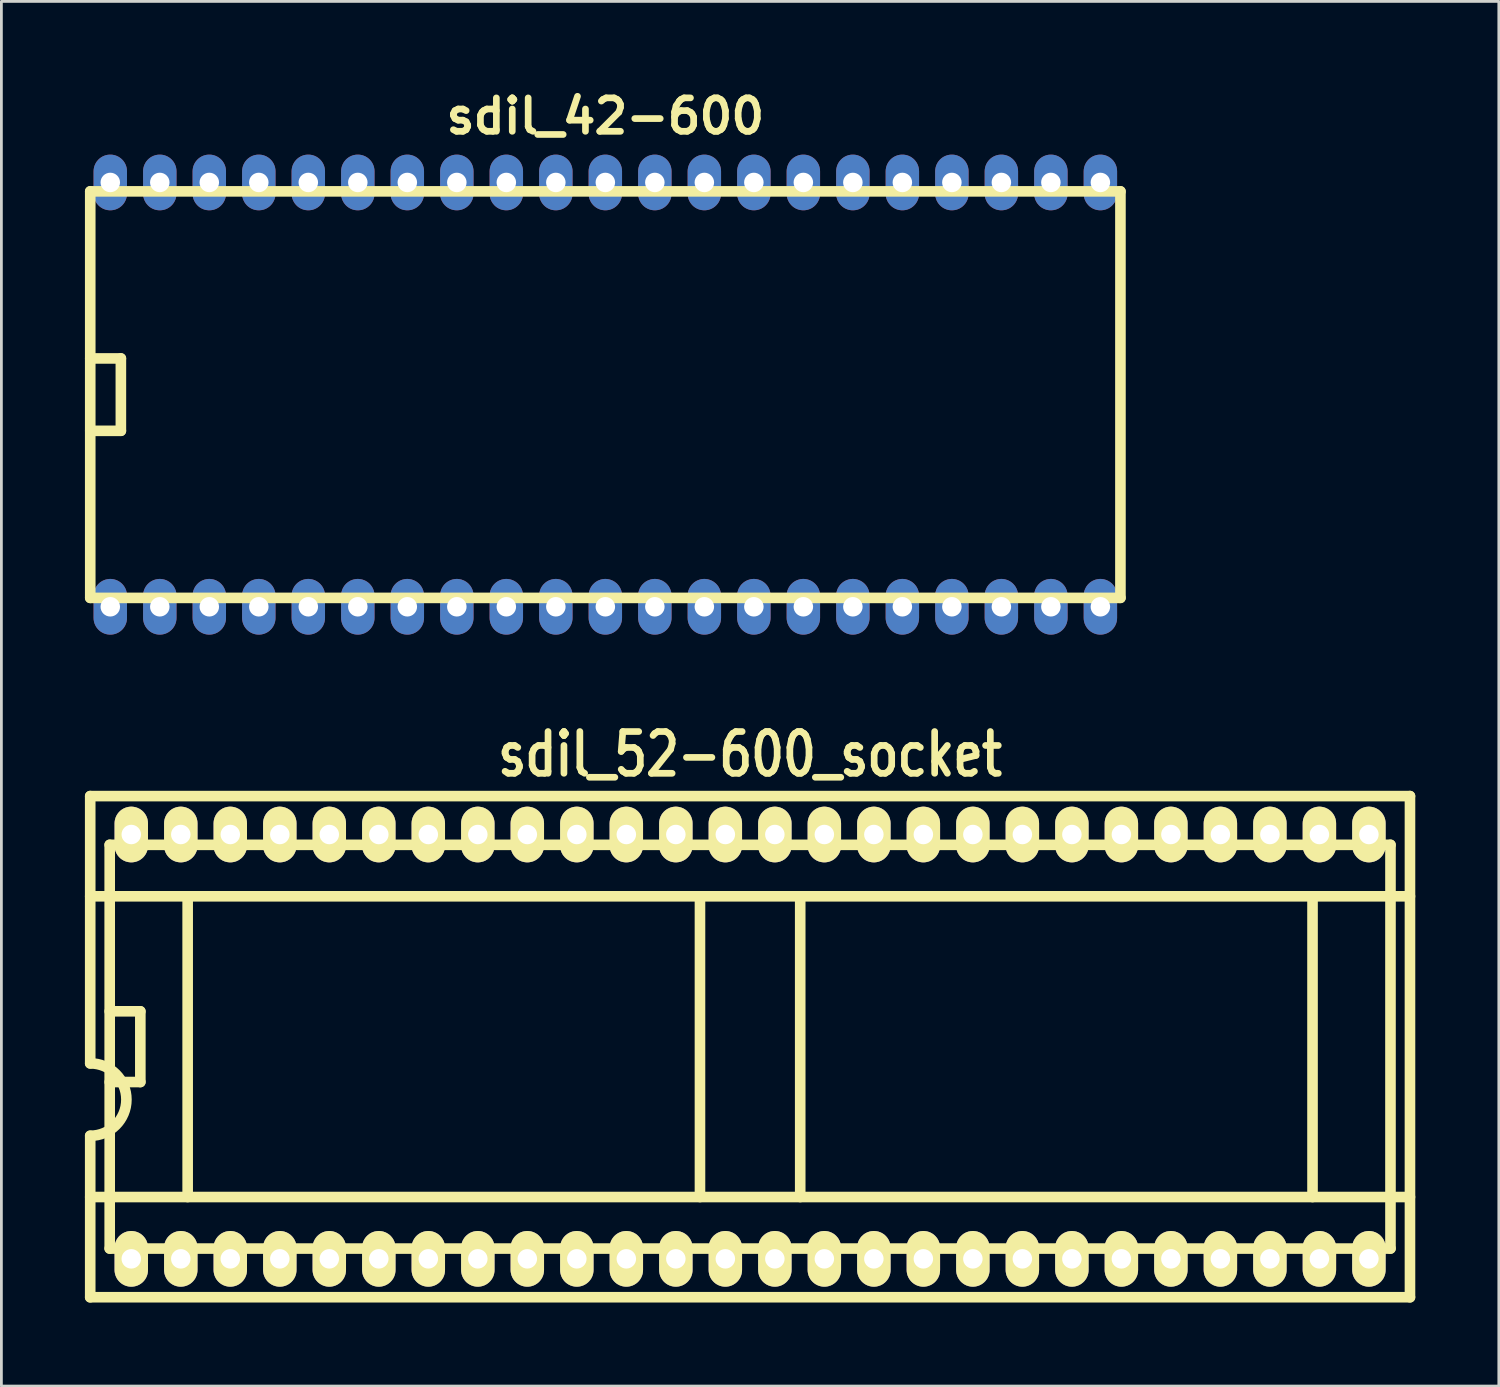
<source format=kicad_pcb>
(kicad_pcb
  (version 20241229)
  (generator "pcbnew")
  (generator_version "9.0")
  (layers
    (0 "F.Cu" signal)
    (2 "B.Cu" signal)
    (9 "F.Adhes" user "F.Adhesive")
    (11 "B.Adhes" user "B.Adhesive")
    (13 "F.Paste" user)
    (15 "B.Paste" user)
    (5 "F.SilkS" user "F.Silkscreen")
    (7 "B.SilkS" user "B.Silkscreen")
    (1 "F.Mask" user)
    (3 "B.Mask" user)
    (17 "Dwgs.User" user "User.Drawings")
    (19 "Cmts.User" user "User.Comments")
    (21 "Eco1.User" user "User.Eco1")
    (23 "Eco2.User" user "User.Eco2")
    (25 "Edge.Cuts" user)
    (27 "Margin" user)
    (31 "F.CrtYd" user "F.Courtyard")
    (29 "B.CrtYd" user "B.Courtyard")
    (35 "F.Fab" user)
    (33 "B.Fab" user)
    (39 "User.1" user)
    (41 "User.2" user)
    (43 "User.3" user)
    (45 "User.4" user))
  (footprint "sdil_52-600_socket"
    (layer "F.Cu")
    (at 23.89 34.542)
    (property "Reference" "sdil_52-600_socket" (at 0 -10.5 0) (layer "F.SilkS") (effects (font (size 1.5 1.2) (thickness 0.24))))
    (attr through_hole)
    (fp_line (start -23.7 -9) (end -23.7 0.6) (stroke (width 0.381) (type solid)) (layer "F.SilkS"))
    (fp_line (start -23.7 -9) (end 23.7 -9) (stroke (width 0.381) (type solid)) (layer "F.SilkS"))
    (fp_line (start -23.7 -5.4) (end 23.7 -5.4) (stroke (width 0.381) (type solid)) (layer "F.SilkS"))
    (fp_line (start -23.7 3.2) (end -23.7 9) (stroke (width 0.381) (type solid)) (layer "F.SilkS"))
    (fp_line (start -23 -7.25) (end -23 7.25) (stroke (width 0.381) (type solid)) (layer "F.SilkS"))
    (fp_line (start -21.9 -1.27) (end -23 -1.27) (stroke (width 0.381) (type solid)) (layer "F.SilkS"))
    (fp_line (start -21.9 -1.27) (end -21.9 1.27) (stroke (width 0.381) (type solid)) (layer "F.SilkS"))
    (fp_line (start -21.9 1.27) (end -23 1.27) (stroke (width 0.381) (type solid)) (layer "F.SilkS"))
    (fp_line (start -20.2 5.4) (end -20.2 -5.4) (stroke (width 0.381) (type solid)) (layer "F.SilkS"))
    (fp_line (start -1.8 -5.4) (end -1.8 5.4) (stroke (width 0.381) (type solid)) (layer "F.SilkS"))
    (fp_line (start 1.8 5.4) (end 1.8 -5.4) (stroke (width 0.381) (type solid)) (layer "F.SilkS"))
    (fp_line (start 20.2 -5.4) (end 20.2 5.4) (stroke (width 0.381) (type solid)) (layer "F.SilkS"))
    (fp_line (start 23 -7.25) (end -23 -7.25) (stroke (width 0.381) (type solid)) (layer "F.SilkS"))
    (fp_line (start 23 7.25) (end -23 7.25) (stroke (width 0.381) (type solid)) (layer "F.SilkS"))
    (fp_line (start 23 7.25) (end 23 -7.25) (stroke (width 0.381) (type solid)) (layer "F.SilkS"))
    (fp_line (start 23.7 -9) (end 23.7 9) (stroke (width 0.381) (type solid)) (layer "F.SilkS"))
    (fp_line (start 23.7 5.4) (end -23.7 5.4) (stroke (width 0.381) (type solid)) (layer "F.SilkS"))
    (fp_line (start 23.7 9) (end -23.7 9) (stroke (width 0.381) (type solid)) (layer "F.SilkS"))
    (fp_arc (start -23.7 0.6) (mid -22.4 1.9) (end -23.7 3.2) (stroke (width 0.381) (type solid)) (layer "F.SilkS"))
    (pad "1" thru_hole oval (at -22.225 7.62) (size 1.2 2) (drill 0.7) (layers "*.Cu" "*.Mask" "F.SilkS"))
    (pad "2" thru_hole oval (at -20.447 7.62) (size 1.2 2) (drill 0.7) (layers "*.Cu" "*.Mask" "F.SilkS"))
    (pad "3" thru_hole oval (at -18.669 7.62) (size 1.2 2) (drill 0.7) (layers "*.Cu" "*.Mask" "F.SilkS"))
    (pad "4" thru_hole oval (at -16.891 7.62) (size 1.2 2) (drill 0.7) (layers "*.Cu" "*.Mask" "F.SilkS"))
    (pad "5" thru_hole oval (at -15.113 7.62) (size 1.2 2) (drill 0.7) (layers "*.Cu" "*.Mask" "F.SilkS"))
    (pad "6" thru_hole oval (at -13.335 7.62) (size 1.2 2) (drill 0.7) (layers "*.Cu" "*.Mask" "F.SilkS"))
    (pad "7" thru_hole oval (at -11.557 7.62) (size 1.2 2) (drill 0.7) (layers "*.Cu" "*.Mask" "F.SilkS"))
    (pad "8" thru_hole oval (at -9.779 7.62) (size 1.2 2) (drill 0.7) (layers "*.Cu" "*.Mask" "F.SilkS"))
    (pad "9" thru_hole oval (at -8.001 7.62) (size 1.2 2) (drill 0.7) (layers "*.Cu" "*.Mask" "F.SilkS"))
    (pad "10" thru_hole oval (at -6.223 7.62) (size 1.2 2) (drill 0.7) (layers "*.Cu" "*.Mask" "F.SilkS"))
    (pad "11" thru_hole oval (at -4.445 7.62) (size 1.2 2) (drill 0.7) (layers "*.Cu" "*.Mask" "F.SilkS"))
    (pad "12" thru_hole oval (at -2.667 7.62) (size 1.2 2) (drill 0.7) (layers "*.Cu" "*.Mask" "F.SilkS"))
    (pad "13" thru_hole oval (at -0.889 7.62) (size 1.2 2) (drill 0.7) (layers "*.Cu" "*.Mask" "F.SilkS"))
    (pad "14" thru_hole oval (at 0.889 7.62) (size 1.2 2) (drill 0.7) (layers "*.Cu" "*.Mask" "F.SilkS"))
    (pad "15" thru_hole oval (at 2.667 7.62) (size 1.2 2) (drill 0.7) (layers "*.Cu" "*.Mask" "F.SilkS"))
    (pad "16" thru_hole oval (at 4.445 7.62) (size 1.2 2) (drill 0.7) (layers "*.Cu" "*.Mask" "F.SilkS"))
    (pad "17" thru_hole oval (at 6.223 7.62) (size 1.2 2) (drill 0.7) (layers "*.Cu" "*.Mask" "F.SilkS"))
    (pad "18" thru_hole oval (at 8.001 7.62) (size 1.2 2) (drill 0.7) (layers "*.Cu" "*.Mask" "F.SilkS"))
    (pad "19" thru_hole oval (at 9.779 7.62) (size 1.2 2) (drill 0.7) (layers "*.Cu" "*.Mask" "F.SilkS"))
    (pad "20" thru_hole oval (at 11.557 7.62) (size 1.2 2) (drill 0.7) (layers "*.Cu" "*.Mask" "F.SilkS"))
    (pad "21" thru_hole oval (at 13.335 7.62) (size 1.2 2) (drill 0.7) (layers "*.Cu" "*.Mask" "F.SilkS"))
    (pad "22" thru_hole oval (at 15.113 7.62) (size 1.2 2) (drill 0.7) (layers "*.Cu" "*.Mask" "F.SilkS"))
    (pad "23" thru_hole oval (at 16.891 7.62) (size 1.2 2) (drill 0.7) (layers "*.Cu" "*.Mask" "F.SilkS"))
    (pad "24" thru_hole oval (at 18.669 7.62) (size 1.2 2) (drill 0.7) (layers "*.Cu" "*.Mask" "F.SilkS"))
    (pad "25" thru_hole oval (at 20.447 7.62) (size 1.2 2) (drill 0.7) (layers "*.Cu" "*.Mask" "F.SilkS"))
    (pad "26" thru_hole oval (at 22.225 7.62) (size 1.2 2) (drill 0.7) (layers "*.Cu" "*.Mask" "F.SilkS"))
    (pad "27" thru_hole oval (at 22.225 -7.62) (size 1.2 2) (drill 0.7) (layers "*.Cu" "*.Mask" "F.SilkS"))
    (pad "28" thru_hole oval (at 20.447 -7.62) (size 1.2 2) (drill 0.7) (layers "*.Cu" "*.Mask" "F.SilkS"))
    (pad "29" thru_hole oval (at 18.669 -7.62) (size 1.2 2) (drill 0.7) (layers "*.Cu" "*.Mask" "F.SilkS"))
    (pad "30" thru_hole oval (at 16.891 -7.62) (size 1.2 2) (drill 0.7) (layers "*.Cu" "*.Mask" "F.SilkS"))
    (pad "31" thru_hole oval (at 15.113 -7.62) (size 1.2 2) (drill 0.7) (layers "*.Cu" "*.Mask" "F.SilkS"))
    (pad "32" thru_hole oval (at 13.335 -7.62) (size 1.2 2) (drill 0.7) (layers "*.Cu" "*.Mask" "F.SilkS"))
    (pad "33" thru_hole oval (at 11.557 -7.62) (size 1.2 2) (drill 0.7) (layers "*.Cu" "*.Mask" "F.SilkS"))
    (pad "34" thru_hole oval (at 9.779 -7.62) (size 1.2 2) (drill 0.7) (layers "*.Cu" "*.Mask" "F.SilkS"))
    (pad "35" thru_hole oval (at 8.001 -7.62) (size 1.2 2) (drill 0.7) (layers "*.Cu" "*.Mask" "F.SilkS"))
    (pad "36" thru_hole oval (at 6.223 -7.62) (size 1.2 2) (drill 0.7) (layers "*.Cu" "*.Mask" "F.SilkS"))
    (pad "37" thru_hole oval (at 4.445 -7.62) (size 1.2 2) (drill 0.7) (layers "*.Cu" "*.Mask" "F.SilkS"))
    (pad "38" thru_hole oval (at 2.667 -7.62) (size 1.2 2) (drill 0.7) (layers "*.Cu" "*.Mask" "F.SilkS"))
    (pad "39" thru_hole oval (at 0.889 -7.62) (size 1.2 2) (drill 0.7) (layers "*.Cu" "*.Mask" "F.SilkS"))
    (pad "40" thru_hole oval (at -0.889 -7.62) (size 1.2 2) (drill 0.7) (layers "*.Cu" "*.Mask" "F.SilkS"))
    (pad "41" thru_hole oval (at -2.667 -7.62) (size 1.2 2) (drill 0.7) (layers "*.Cu" "*.Mask" "F.SilkS"))
    (pad "42" thru_hole oval (at -4.445 -7.62) (size 1.2 2) (drill 0.7) (layers "*.Cu" "*.Mask" "F.SilkS"))
    (pad "43" thru_hole oval (at -6.223 -7.62) (size 1.2 2) (drill 0.7) (layers "*.Cu" "*.Mask" "F.SilkS"))
    (pad "44" thru_hole oval (at -8.001 -7.62) (size 1.2 2) (drill 0.7) (layers "*.Cu" "*.Mask" "F.SilkS"))
    (pad "45" thru_hole oval (at -9.779 -7.62) (size 1.2 2) (drill 0.7) (layers "*.Cu" "*.Mask" "F.SilkS"))
    (pad "46" thru_hole oval (at -11.557 -7.62) (size 1.2 2) (drill 0.7) (layers "*.Cu" "*.Mask" "F.SilkS"))
    (pad "47" thru_hole oval (at -13.335 -7.62) (size 1.2 2) (drill 0.7) (layers "*.Cu" "*.Mask" "F.SilkS"))
    (pad "48" thru_hole oval (at -15.113 -7.62) (size 1.2 2) (drill 0.7) (layers "*.Cu" "*.Mask" "F.SilkS"))
    (pad "49" thru_hole oval (at -16.891 -7.62) (size 1.2 2) (drill 0.7) (layers "*.Cu" "*.Mask" "F.SilkS"))
    (pad "50" thru_hole oval (at -18.669 -7.62) (size 1.2 2) (drill 0.7) (layers "*.Cu" "*.Mask" "F.SilkS"))
    (pad "51" thru_hole oval (at -20.447 -7.62) (size 1.2 2) (drill 0.7) (layers "*.Cu" "*.Mask" "F.SilkS"))
    (pad "52" thru_hole oval (at -22.225 -7.62) (size 1.2 2) (drill 0.7) (layers "*.Cu" "*.Mask" "F.SilkS")))
  (footprint "sdil_42-600"
    (layer "F.Cu")
    (at 18.691 11.123)
    (property "Reference" "sdil_42-600" (at 0 -10 0) (layer "F.SilkS") (effects (font (size 1.2 1.2) (thickness 0.24))))
    (attr through_hole)
    (fp_line (start -18.5 -7.3) (end -18.5 7.3) (stroke (width 0.381) (type solid)) (layer "F.SilkS"))
    (fp_line (start -17.4 -1.3) (end -18.5 -1.3) (stroke (width 0.381) (type solid)) (layer "F.SilkS"))
    (fp_line (start -17.4 -1.3) (end -17.4 1.3) (stroke (width 0.381) (type solid)) (layer "F.SilkS"))
    (fp_line (start -17.4 1.3) (end -18.5 1.3) (stroke (width 0.381) (type solid)) (layer "F.SilkS"))
    (fp_line (start 18.5 -7.3) (end -18.5 -7.3) (stroke (width 0.381) (type solid)) (layer "F.SilkS"))
    (fp_line (start 18.5 7.3) (end -18.5 7.3) (stroke (width 0.381) (type solid)) (layer "F.SilkS"))
    (fp_line (start 18.5 7.3) (end 18.5 -7.3) (stroke (width 0.381) (type solid)) (layer "F.SilkS"))
    (pad "1" thru_hole oval (at -17.78 7.62) (size 1.2 2) (drill 0.7) (layers "*.Cu" "*.Mask"))
    (pad "2" thru_hole oval (at -16.002 7.62) (size 1.2 2) (drill 0.7) (layers "*.Cu" "*.Mask"))
    (pad "3" thru_hole oval (at -14.224 7.62) (size 1.2 2) (drill 0.7) (layers "*.Cu" "*.Mask"))
    (pad "4" thru_hole oval (at -12.446 7.62) (size 1.2 2) (drill 0.7) (layers "*.Cu" "*.Mask"))
    (pad "5" thru_hole oval (at -10.668 7.62) (size 1.2 2) (drill 0.7) (layers "*.Cu" "*.Mask"))
    (pad "6" thru_hole oval (at -8.89 7.62) (size 1.2 2) (drill 0.7) (layers "*.Cu" "*.Mask"))
    (pad "7" thru_hole oval (at -7.112 7.62) (size 1.2 2) (drill 0.7) (layers "*.Cu" "*.Mask"))
    (pad "8" thru_hole oval (at -5.334 7.62) (size 1.2 2) (drill 0.7) (layers "*.Cu" "*.Mask"))
    (pad "9" thru_hole oval (at -3.556 7.62) (size 1.2 2) (drill 0.7) (layers "*.Cu" "*.Mask"))
    (pad "10" thru_hole oval (at -1.778 7.62) (size 1.2 2) (drill 0.7) (layers "*.Cu" "*.Mask"))
    (pad "11" thru_hole oval (at 0 7.62) (size 1.2 2) (drill 0.7) (layers "*.Cu" "*.Mask"))
    (pad "12" thru_hole oval (at 1.778 7.62) (size 1.2 2) (drill 0.7) (layers "*.Cu" "*.Mask"))
    (pad "13" thru_hole oval (at 3.556 7.62) (size 1.2 2) (drill 0.7) (layers "*.Cu" "*.Mask"))
    (pad "14" thru_hole oval (at 5.334 7.62) (size 1.2 2) (drill 0.7) (layers "*.Cu" "*.Mask"))
    (pad "15" thru_hole oval (at 7.112 7.62) (size 1.2 2) (drill 0.7) (layers "*.Cu" "*.Mask"))
    (pad "16" thru_hole oval (at 8.89 7.62) (size 1.2 2) (drill 0.7) (layers "*.Cu" "*.Mask"))
    (pad "17" thru_hole oval (at 10.668 7.62) (size 1.2 2) (drill 0.7) (layers "*.Cu" "*.Mask"))
    (pad "18" thru_hole oval (at 12.446 7.62) (size 1.2 2) (drill 0.7) (layers "*.Cu" "*.Mask"))
    (pad "19" thru_hole oval (at 14.224 7.62) (size 1.2 2) (drill 0.7) (layers "*.Cu" "*.Mask"))
    (pad "20" thru_hole oval (at 16.002 7.62) (size 1.2 2) (drill 0.7) (layers "*.Cu" "*.Mask"))
    (pad "21" thru_hole oval (at 17.78 7.62) (size 1.2 2) (drill 0.7) (layers "*.Cu" "*.Mask"))
    (pad "22" thru_hole oval (at 17.78 -7.62) (size 1.2 2) (drill 0.7) (layers "*.Cu" "*.Mask"))
    (pad "23" thru_hole oval (at 16.002 -7.62) (size 1.2 2) (drill 0.7) (layers "*.Cu" "*.Mask"))
    (pad "24" thru_hole oval (at 14.224 -7.62) (size 1.2 2) (drill 0.7) (layers "*.Cu" "*.Mask"))
    (pad "25" thru_hole oval (at 12.446 -7.62) (size 1.2 2) (drill 0.7) (layers "*.Cu" "*.Mask"))
    (pad "26" thru_hole oval (at 10.668 -7.62) (size 1.2 2) (drill 0.7) (layers "*.Cu" "*.Mask"))
    (pad "27" thru_hole oval (at 8.89 -7.62) (size 1.2 2) (drill 0.7) (layers "*.Cu" "*.Mask"))
    (pad "28" thru_hole oval (at 7.112 -7.62) (size 1.2 2) (drill 0.7) (layers "*.Cu" "*.Mask"))
    (pad "29" thru_hole oval (at 5.334 -7.62) (size 1.2 2) (drill 0.7) (layers "*.Cu" "*.Mask"))
    (pad "30" thru_hole oval (at 3.556 -7.62) (size 1.2 2) (drill 0.7) (layers "*.Cu" "*.Mask"))
    (pad "31" thru_hole oval (at 1.778 -7.62) (size 1.2 2) (drill 0.7) (layers "*.Cu" "*.Mask"))
    (pad "32" thru_hole oval (at 0 -7.62) (size 1.2 2) (drill 0.7) (layers "*.Cu" "*.Mask"))
    (pad "33" thru_hole oval (at -1.778 -7.62) (size 1.2 2) (drill 0.7) (layers "*.Cu" "*.Mask"))
    (pad "34" thru_hole oval (at -3.556 -7.62) (size 1.2 2) (drill 0.7) (layers "*.Cu" "*.Mask"))
    (pad "35" thru_hole oval (at -5.334 -7.62) (size 1.2 2) (drill 0.7) (layers "*.Cu" "*.Mask"))
    (pad "36" thru_hole oval (at -7.112 -7.62) (size 1.2 2) (drill 0.7) (layers "*.Cu" "*.Mask"))
    (pad "37" thru_hole oval (at -8.89 -7.62) (size 1.2 2) (drill 0.7) (layers "*.Cu" "*.Mask"))
    (pad "38" thru_hole oval (at -10.668 -7.62) (size 1.2 2) (drill 0.7) (layers "*.Cu" "*.Mask"))
    (pad "39" thru_hole oval (at -12.446 -7.62) (size 1.2 2) (drill 0.7) (layers "*.Cu" "*.Mask"))
    (pad "40" thru_hole oval (at -14.224 -7.62) (size 1.2 2) (drill 0.7) (layers "*.Cu" "*.Mask"))
    (pad "41" thru_hole oval (at -16.002 -7.62) (size 1.2 2) (drill 0.7) (layers "*.Cu" "*.Mask"))
    (pad "42" thru_hole oval (at -17.78 -7.62) (size 1.2 2) (drill 0.7) (layers "*.Cu" "*.Mask")))
  (gr_rect
    (start -3 -3)
    (end 50.781 46.732)
    (stroke (width 0.1) (type default))
    (fill no)
    (layer "Edge.Cuts")))
</source>
